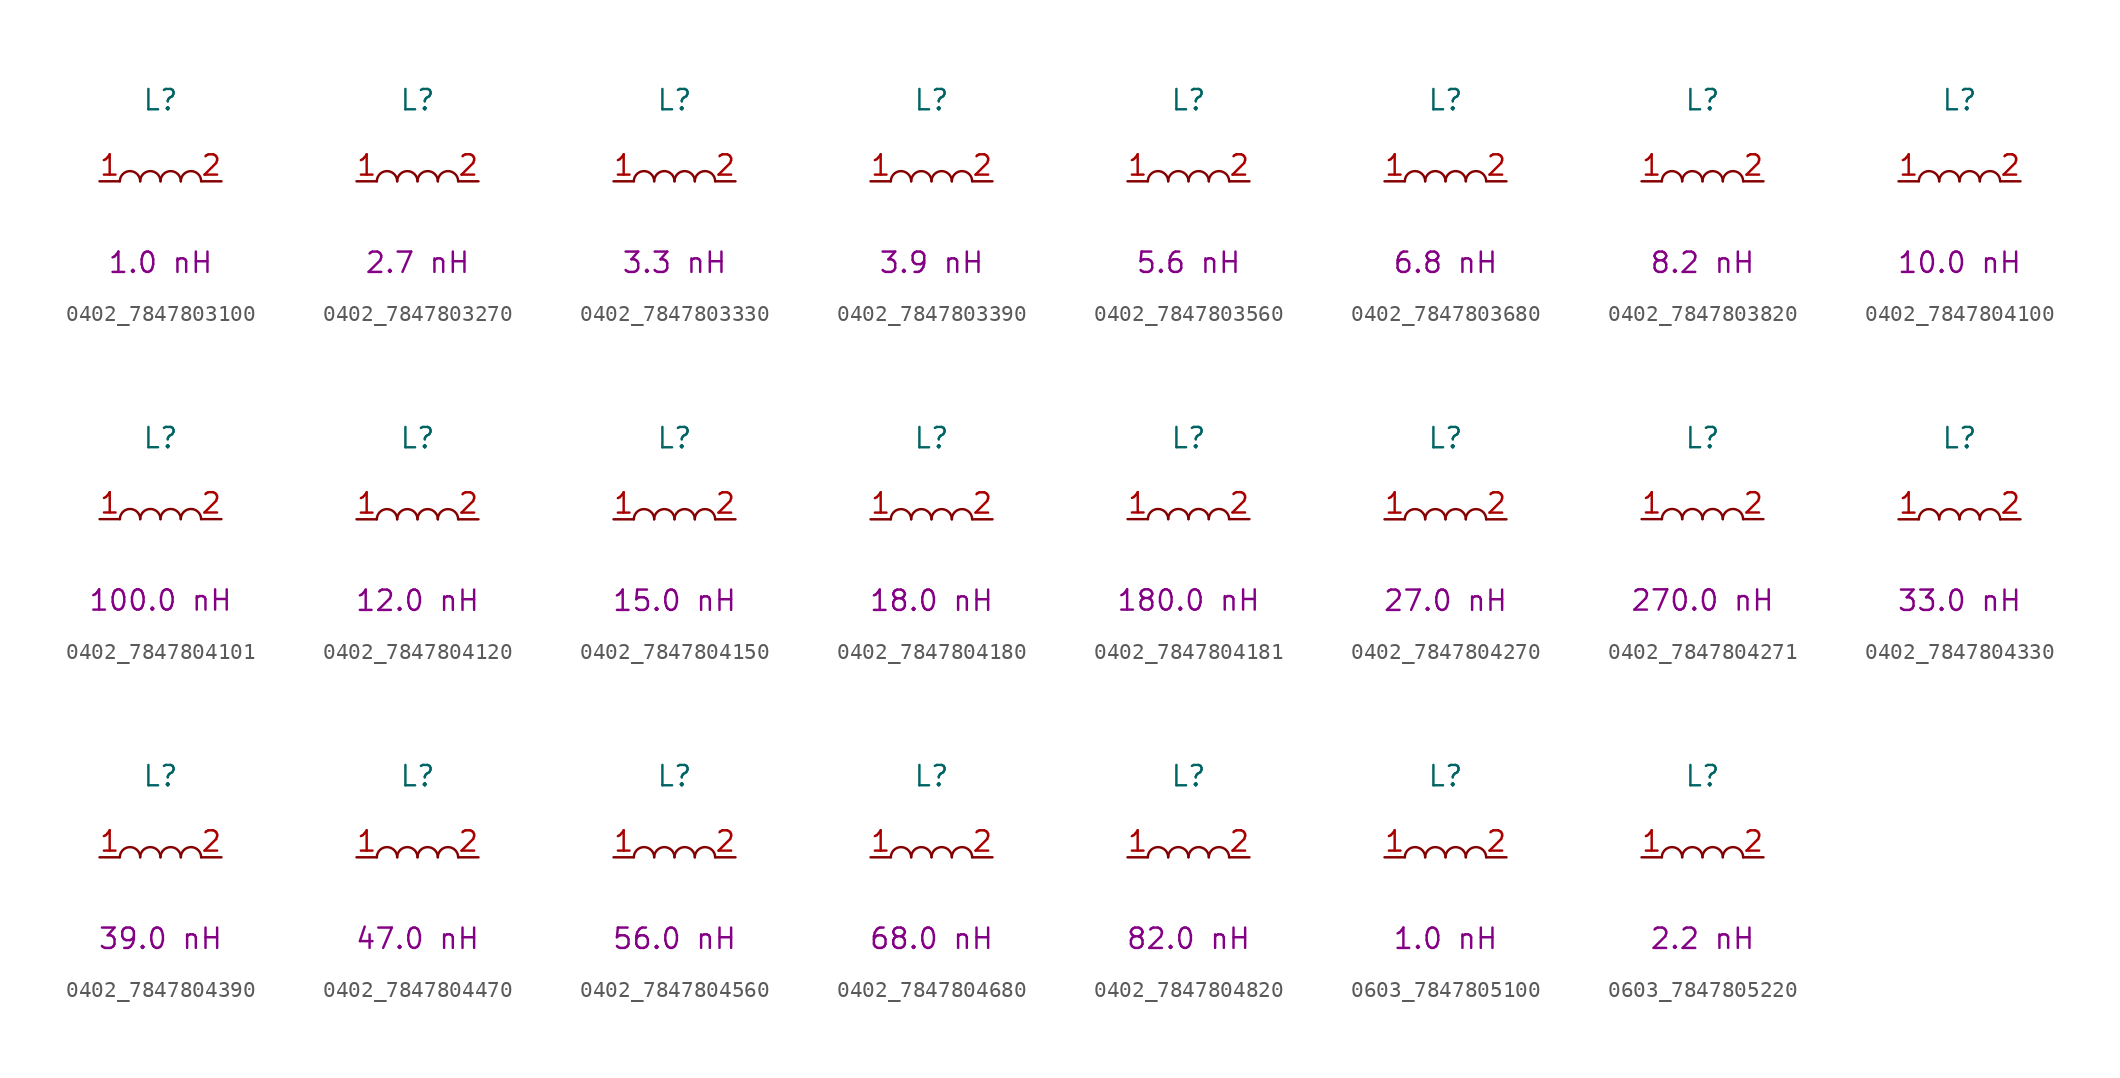
<source format=kicad_sym>
(kicad_symbol_lib
  (version 20220914)
  (generator kicad_symbol_editor)
  (symbol "0402_7847803100"
    (pin_names hide)
    (property "Reference" "L"
      (at 0 5.08 0)
      (effects (font (size 1.27 1.27))))
    (property "Critical Parameter" "1.0 nH"
      (at 0 -5.08 0)
      (effects (font (size 1.27 1.27))))
    (symbol "0402_7847803100_0_1"
      (arc (start -1.27 0) (mid -1.905 0.6323) (end -2.54 0) (stroke (width 0) (type default)) (fill (type none)))
      (arc (start 0 0) (mid -0.635 0.6323) (end -1.27 0) (stroke (width 0) (type default)) (fill (type none)))
      (arc (start 1.27 0) (mid 0.635 0.6323) (end 0 0) (stroke (width 0) (type default)) (fill (type none)))
      (arc (start 2.54 0) (mid 1.905 0.6323) (end 1.27 0) (stroke (width 0) (type default)) (fill (type none))))
    (symbol "0402_7847803100_1_1"
      (pin passive line (at -3.81 0 0) (length 1.27) (name "1" (effects (font (size 1.27 1.27)))) (number "1" (effects (font (size 1.27 1.27)))))
      (pin passive line (at 3.81 0 180) (length 1.27) (name "2" (effects (font (size 1.27 1.27)))) (number "2" (effects (font (size 1.27 1.27)))))))
  (symbol "0402_7847803270"
    (pin_names hide)
    (property "Reference" "L"
      (at 0 5.08 0)
      (effects (font (size 1.27 1.27))))
    (property "Critical Parameter" "2.7 nH"
      (at 0 -5.08 0)
      (effects (font (size 1.27 1.27))))
    (symbol "0402_7847803270_0_1"
      (arc (start -1.27 0) (mid -1.905 0.6323) (end -2.54 0) (stroke (width 0) (type default)) (fill (type none)))
      (arc (start 0 0) (mid -0.635 0.6323) (end -1.27 0) (stroke (width 0) (type default)) (fill (type none)))
      (arc (start 1.27 0) (mid 0.635 0.6323) (end 0 0) (stroke (width 0) (type default)) (fill (type none)))
      (arc (start 2.54 0) (mid 1.905 0.6323) (end 1.27 0) (stroke (width 0) (type default)) (fill (type none))))
    (symbol "0402_7847803270_1_1"
      (pin passive line (at -3.81 0 0) (length 1.27) (name "1" (effects (font (size 1.27 1.27)))) (number "1" (effects (font (size 1.27 1.27)))))
      (pin passive line (at 3.81 0 180) (length 1.27) (name "2" (effects (font (size 1.27 1.27)))) (number "2" (effects (font (size 1.27 1.27)))))))
  (symbol "0402_7847803330"
    (pin_names hide)
    (property "Reference" "L"
      (at 0 5.08 0)
      (effects (font (size 1.27 1.27))))
    (property "Critical Parameter" "3.3 nH"
      (at 0 -5.08 0)
      (effects (font (size 1.27 1.27))))
    (symbol "0402_7847803330_0_1"
      (arc (start -1.27 0) (mid -1.905 0.6323) (end -2.54 0) (stroke (width 0) (type default)) (fill (type none)))
      (arc (start 0 0) (mid -0.635 0.6323) (end -1.27 0) (stroke (width 0) (type default)) (fill (type none)))
      (arc (start 1.27 0) (mid 0.635 0.6323) (end 0 0) (stroke (width 0) (type default)) (fill (type none)))
      (arc (start 2.54 0) (mid 1.905 0.6323) (end 1.27 0) (stroke (width 0) (type default)) (fill (type none))))
    (symbol "0402_7847803330_1_1"
      (pin passive line (at -3.81 0 0) (length 1.27) (name "1" (effects (font (size 1.27 1.27)))) (number "1" (effects (font (size 1.27 1.27)))))
      (pin passive line (at 3.81 0 180) (length 1.27) (name "2" (effects (font (size 1.27 1.27)))) (number "2" (effects (font (size 1.27 1.27)))))))
  (symbol "0402_7847803390"
    (pin_names hide)
    (property "Reference" "L"
      (at 0 5.08 0)
      (effects (font (size 1.27 1.27))))
    (property "Critical Parameter" "3.9 nH"
      (at 0 -5.08 0)
      (effects (font (size 1.27 1.27))))
    (symbol "0402_7847803390_0_1"
      (arc (start -1.27 0) (mid -1.905 0.6323) (end -2.54 0) (stroke (width 0) (type default)) (fill (type none)))
      (arc (start 0 0) (mid -0.635 0.6323) (end -1.27 0) (stroke (width 0) (type default)) (fill (type none)))
      (arc (start 1.27 0) (mid 0.635 0.6323) (end 0 0) (stroke (width 0) (type default)) (fill (type none)))
      (arc (start 2.54 0) (mid 1.905 0.6323) (end 1.27 0) (stroke (width 0) (type default)) (fill (type none))))
    (symbol "0402_7847803390_1_1"
      (pin passive line (at -3.81 0 0) (length 1.27) (name "1" (effects (font (size 1.27 1.27)))) (number "1" (effects (font (size 1.27 1.27)))))
      (pin passive line (at 3.81 0 180) (length 1.27) (name "2" (effects (font (size 1.27 1.27)))) (number "2" (effects (font (size 1.27 1.27)))))))
  (symbol "0402_7847803560"
    (pin_names hide)
    (property "Reference" "L"
      (at 0 5.08 0)
      (effects (font (size 1.27 1.27))))
    (property "Critical Parameter" "5.6 nH"
      (at 0 -5.08 0)
      (effects (font (size 1.27 1.27))))
    (symbol "0402_7847803560_0_1"
      (arc (start -1.27 0) (mid -1.905 0.6323) (end -2.54 0) (stroke (width 0) (type default)) (fill (type none)))
      (arc (start 0 0) (mid -0.635 0.6323) (end -1.27 0) (stroke (width 0) (type default)) (fill (type none)))
      (arc (start 1.27 0) (mid 0.635 0.6323) (end 0 0) (stroke (width 0) (type default)) (fill (type none)))
      (arc (start 2.54 0) (mid 1.905 0.6323) (end 1.27 0) (stroke (width 0) (type default)) (fill (type none))))
    (symbol "0402_7847803560_1_1"
      (pin passive line (at -3.81 0 0) (length 1.27) (name "1" (effects (font (size 1.27 1.27)))) (number "1" (effects (font (size 1.27 1.27)))))
      (pin passive line (at 3.81 0 180) (length 1.27) (name "2" (effects (font (size 1.27 1.27)))) (number "2" (effects (font (size 1.27 1.27)))))))
  (symbol "0402_7847803680"
    (pin_names hide)
    (property "Reference" "L"
      (at 0 5.08 0)
      (effects (font (size 1.27 1.27))))
    (property "Critical Parameter" "6.8 nH"
      (at 0 -5.08 0)
      (effects (font (size 1.27 1.27))))
    (symbol "0402_7847803680_0_1"
      (arc (start -1.27 0) (mid -1.905 0.6323) (end -2.54 0) (stroke (width 0) (type default)) (fill (type none)))
      (arc (start 0 0) (mid -0.635 0.6323) (end -1.27 0) (stroke (width 0) (type default)) (fill (type none)))
      (arc (start 1.27 0) (mid 0.635 0.6323) (end 0 0) (stroke (width 0) (type default)) (fill (type none)))
      (arc (start 2.54 0) (mid 1.905 0.6323) (end 1.27 0) (stroke (width 0) (type default)) (fill (type none))))
    (symbol "0402_7847803680_1_1"
      (pin passive line (at -3.81 0 0) (length 1.27) (name "1" (effects (font (size 1.27 1.27)))) (number "1" (effects (font (size 1.27 1.27)))))
      (pin passive line (at 3.81 0 180) (length 1.27) (name "2" (effects (font (size 1.27 1.27)))) (number "2" (effects (font (size 1.27 1.27)))))))
  (symbol "0402_7847803820"
    (pin_names hide)
    (property "Reference" "L"
      (at 0 5.08 0)
      (effects (font (size 1.27 1.27))))
    (property "Critical Parameter" "8.2 nH"
      (at 0 -5.08 0)
      (effects (font (size 1.27 1.27))))
    (symbol "0402_7847803820_0_1"
      (arc (start -1.27 0) (mid -1.905 0.6323) (end -2.54 0) (stroke (width 0) (type default)) (fill (type none)))
      (arc (start 0 0) (mid -0.635 0.6323) (end -1.27 0) (stroke (width 0) (type default)) (fill (type none)))
      (arc (start 1.27 0) (mid 0.635 0.6323) (end 0 0) (stroke (width 0) (type default)) (fill (type none)))
      (arc (start 2.54 0) (mid 1.905 0.6323) (end 1.27 0) (stroke (width 0) (type default)) (fill (type none))))
    (symbol "0402_7847803820_1_1"
      (pin passive line (at -3.81 0 0) (length 1.27) (name "1" (effects (font (size 1.27 1.27)))) (number "1" (effects (font (size 1.27 1.27)))))
      (pin passive line (at 3.81 0 180) (length 1.27) (name "2" (effects (font (size 1.27 1.27)))) (number "2" (effects (font (size 1.27 1.27)))))))
  (symbol "0402_7847804100"
    (pin_names hide)
    (property "Reference" "L"
      (at 0 5.08 0)
      (effects (font (size 1.27 1.27))))
    (property "Critical Parameter" "10.0 nH"
      (at 0 -5.08 0)
      (effects (font (size 1.27 1.27))))
    (symbol "0402_7847804100_0_1"
      (arc (start -1.27 0) (mid -1.905 0.6323) (end -2.54 0) (stroke (width 0) (type default)) (fill (type none)))
      (arc (start 0 0) (mid -0.635 0.6323) (end -1.27 0) (stroke (width 0) (type default)) (fill (type none)))
      (arc (start 1.27 0) (mid 0.635 0.6323) (end 0 0) (stroke (width 0) (type default)) (fill (type none)))
      (arc (start 2.54 0) (mid 1.905 0.6323) (end 1.27 0) (stroke (width 0) (type default)) (fill (type none))))
    (symbol "0402_7847804100_1_1"
      (pin passive line (at -3.81 0 0) (length 1.27) (name "1" (effects (font (size 1.27 1.27)))) (number "1" (effects (font (size 1.27 1.27)))))
      (pin passive line (at 3.81 0 180) (length 1.27) (name "2" (effects (font (size 1.27 1.27)))) (number "2" (effects (font (size 1.27 1.27)))))))
  (symbol "0402_7847804101"
    (pin_names hide)
    (property "Reference" "L"
      (at 0 5.08 0)
      (effects (font (size 1.27 1.27))))
    (property "Critical Parameter" "100.0 nH"
      (at 0 -5.08 0)
      (effects (font (size 1.27 1.27))))
    (symbol "0402_7847804101_0_1"
      (arc (start -1.27 0) (mid -1.905 0.6323) (end -2.54 0) (stroke (width 0) (type default)) (fill (type none)))
      (arc (start 0 0) (mid -0.635 0.6323) (end -1.27 0) (stroke (width 0) (type default)) (fill (type none)))
      (arc (start 1.27 0) (mid 0.635 0.6323) (end 0 0) (stroke (width 0) (type default)) (fill (type none)))
      (arc (start 2.54 0) (mid 1.905 0.6323) (end 1.27 0) (stroke (width 0) (type default)) (fill (type none))))
    (symbol "0402_7847804101_1_1"
      (pin passive line (at -3.81 0 0) (length 1.27) (name "1" (effects (font (size 1.27 1.27)))) (number "1" (effects (font (size 1.27 1.27)))))
      (pin passive line (at 3.81 0 180) (length 1.27) (name "2" (effects (font (size 1.27 1.27)))) (number "2" (effects (font (size 1.27 1.27)))))))
  (symbol "0402_7847804120"
    (pin_names hide)
    (property "Reference" "L"
      (at 0 5.08 0)
      (effects (font (size 1.27 1.27))))
    (property "Critical Parameter" "12.0 nH"
      (at 0 -5.08 0)
      (effects (font (size 1.27 1.27))))
    (symbol "0402_7847804120_0_1"
      (arc (start -1.27 0) (mid -1.905 0.6323) (end -2.54 0) (stroke (width 0) (type default)) (fill (type none)))
      (arc (start 0 0) (mid -0.635 0.6323) (end -1.27 0) (stroke (width 0) (type default)) (fill (type none)))
      (arc (start 1.27 0) (mid 0.635 0.6323) (end 0 0) (stroke (width 0) (type default)) (fill (type none)))
      (arc (start 2.54 0) (mid 1.905 0.6323) (end 1.27 0) (stroke (width 0) (type default)) (fill (type none))))
    (symbol "0402_7847804120_1_1"
      (pin passive line (at -3.81 0 0) (length 1.27) (name "1" (effects (font (size 1.27 1.27)))) (number "1" (effects (font (size 1.27 1.27)))))
      (pin passive line (at 3.81 0 180) (length 1.27) (name "2" (effects (font (size 1.27 1.27)))) (number "2" (effects (font (size 1.27 1.27)))))))
  (symbol "0402_7847804150"
    (pin_names hide)
    (property "Reference" "L"
      (at 0 5.08 0)
      (effects (font (size 1.27 1.27))))
    (property "Critical Parameter" "15.0 nH"
      (at 0 -5.08 0)
      (effects (font (size 1.27 1.27))))
    (symbol "0402_7847804150_0_1"
      (arc (start -1.27 0) (mid -1.905 0.6323) (end -2.54 0) (stroke (width 0) (type default)) (fill (type none)))
      (arc (start 0 0) (mid -0.635 0.6323) (end -1.27 0) (stroke (width 0) (type default)) (fill (type none)))
      (arc (start 1.27 0) (mid 0.635 0.6323) (end 0 0) (stroke (width 0) (type default)) (fill (type none)))
      (arc (start 2.54 0) (mid 1.905 0.6323) (end 1.27 0) (stroke (width 0) (type default)) (fill (type none))))
    (symbol "0402_7847804150_1_1"
      (pin passive line (at -3.81 0 0) (length 1.27) (name "1" (effects (font (size 1.27 1.27)))) (number "1" (effects (font (size 1.27 1.27)))))
      (pin passive line (at 3.81 0 180) (length 1.27) (name "2" (effects (font (size 1.27 1.27)))) (number "2" (effects (font (size 1.27 1.27)))))))
  (symbol "0402_7847804180"
    (pin_names hide)
    (property "Reference" "L"
      (at 0 5.08 0)
      (effects (font (size 1.27 1.27))))
    (property "Critical Parameter" "18.0 nH"
      (at 0 -5.08 0)
      (effects (font (size 1.27 1.27))))
    (symbol "0402_7847804180_0_1"
      (arc (start -1.27 0) (mid -1.905 0.6323) (end -2.54 0) (stroke (width 0) (type default)) (fill (type none)))
      (arc (start 0 0) (mid -0.635 0.6323) (end -1.27 0) (stroke (width 0) (type default)) (fill (type none)))
      (arc (start 1.27 0) (mid 0.635 0.6323) (end 0 0) (stroke (width 0) (type default)) (fill (type none)))
      (arc (start 2.54 0) (mid 1.905 0.6323) (end 1.27 0) (stroke (width 0) (type default)) (fill (type none))))
    (symbol "0402_7847804180_1_1"
      (pin passive line (at -3.81 0 0) (length 1.27) (name "1" (effects (font (size 1.27 1.27)))) (number "1" (effects (font (size 1.27 1.27)))))
      (pin passive line (at 3.81 0 180) (length 1.27) (name "2" (effects (font (size 1.27 1.27)))) (number "2" (effects (font (size 1.27 1.27)))))))
  (symbol "0402_7847804181"
    (pin_names hide)
    (property "Reference" "L"
      (at 0 5.08 0)
      (effects (font (size 1.27 1.27))))
    (property "Critical Parameter" "180.0 nH"
      (at 0 -5.08 0)
      (effects (font (size 1.27 1.27))))
    (symbol "0402_7847804181_0_1"
      (arc (start -1.27 0) (mid -1.905 0.6323) (end -2.54 0) (stroke (width 0) (type default)) (fill (type none)))
      (arc (start 0 0) (mid -0.635 0.6323) (end -1.27 0) (stroke (width 0) (type default)) (fill (type none)))
      (arc (start 1.27 0) (mid 0.635 0.6323) (end 0 0) (stroke (width 0) (type default)) (fill (type none)))
      (arc (start 2.54 0) (mid 1.905 0.6323) (end 1.27 0) (stroke (width 0) (type default)) (fill (type none))))
    (symbol "0402_7847804181_1_1"
      (pin passive line (at -3.81 0 0) (length 1.27) (name "1" (effects (font (size 1.27 1.27)))) (number "1" (effects (font (size 1.27 1.27)))))
      (pin passive line (at 3.81 0 180) (length 1.27) (name "2" (effects (font (size 1.27 1.27)))) (number "2" (effects (font (size 1.27 1.27)))))))
  (symbol "0402_7847804270"
    (pin_names hide)
    (property "Reference" "L"
      (at 0 5.08 0)
      (effects (font (size 1.27 1.27))))
    (property "Critical Parameter" "27.0 nH"
      (at 0 -5.08 0)
      (effects (font (size 1.27 1.27))))
    (symbol "0402_7847804270_0_1"
      (arc (start -1.27 0) (mid -1.905 0.6323) (end -2.54 0) (stroke (width 0) (type default)) (fill (type none)))
      (arc (start 0 0) (mid -0.635 0.6323) (end -1.27 0) (stroke (width 0) (type default)) (fill (type none)))
      (arc (start 1.27 0) (mid 0.635 0.6323) (end 0 0) (stroke (width 0) (type default)) (fill (type none)))
      (arc (start 2.54 0) (mid 1.905 0.6323) (end 1.27 0) (stroke (width 0) (type default)) (fill (type none))))
    (symbol "0402_7847804270_1_1"
      (pin passive line (at -3.81 0 0) (length 1.27) (name "1" (effects (font (size 1.27 1.27)))) (number "1" (effects (font (size 1.27 1.27)))))
      (pin passive line (at 3.81 0 180) (length 1.27) (name "2" (effects (font (size 1.27 1.27)))) (number "2" (effects (font (size 1.27 1.27)))))))
  (symbol "0402_7847804271"
    (pin_names hide)
    (property "Reference" "L"
      (at 0 5.08 0)
      (effects (font (size 1.27 1.27))))
    (property "Critical Parameter" "270.0 nH"
      (at 0 -5.08 0)
      (effects (font (size 1.27 1.27))))
    (symbol "0402_7847804271_0_1"
      (arc (start -1.27 0) (mid -1.905 0.6323) (end -2.54 0) (stroke (width 0) (type default)) (fill (type none)))
      (arc (start 0 0) (mid -0.635 0.6323) (end -1.27 0) (stroke (width 0) (type default)) (fill (type none)))
      (arc (start 1.27 0) (mid 0.635 0.6323) (end 0 0) (stroke (width 0) (type default)) (fill (type none)))
      (arc (start 2.54 0) (mid 1.905 0.6323) (end 1.27 0) (stroke (width 0) (type default)) (fill (type none))))
    (symbol "0402_7847804271_1_1"
      (pin passive line (at -3.81 0 0) (length 1.27) (name "1" (effects (font (size 1.27 1.27)))) (number "1" (effects (font (size 1.27 1.27)))))
      (pin passive line (at 3.81 0 180) (length 1.27) (name "2" (effects (font (size 1.27 1.27)))) (number "2" (effects (font (size 1.27 1.27)))))))
  (symbol "0402_7847804330"
    (pin_names hide)
    (property "Reference" "L"
      (at 0 5.08 0)
      (effects (font (size 1.27 1.27))))
    (property "Critical Parameter" "33.0 nH"
      (at 0 -5.08 0)
      (effects (font (size 1.27 1.27))))
    (symbol "0402_7847804330_0_1"
      (arc (start -1.27 0) (mid -1.905 0.6323) (end -2.54 0) (stroke (width 0) (type default)) (fill (type none)))
      (arc (start 0 0) (mid -0.635 0.6323) (end -1.27 0) (stroke (width 0) (type default)) (fill (type none)))
      (arc (start 1.27 0) (mid 0.635 0.6323) (end 0 0) (stroke (width 0) (type default)) (fill (type none)))
      (arc (start 2.54 0) (mid 1.905 0.6323) (end 1.27 0) (stroke (width 0) (type default)) (fill (type none))))
    (symbol "0402_7847804330_1_1"
      (pin passive line (at -3.81 0 0) (length 1.27) (name "1" (effects (font (size 1.27 1.27)))) (number "1" (effects (font (size 1.27 1.27)))))
      (pin passive line (at 3.81 0 180) (length 1.27) (name "2" (effects (font (size 1.27 1.27)))) (number "2" (effects (font (size 1.27 1.27)))))))
  (symbol "0402_7847804390"
    (pin_names hide)
    (property "Reference" "L"
      (at 0 5.08 0)
      (effects (font (size 1.27 1.27))))
    (property "Critical Parameter" "39.0 nH"
      (at 0 -5.08 0)
      (effects (font (size 1.27 1.27))))
    (symbol "0402_7847804390_0_1"
      (arc (start -1.27 0) (mid -1.905 0.6323) (end -2.54 0) (stroke (width 0) (type default)) (fill (type none)))
      (arc (start 0 0) (mid -0.635 0.6323) (end -1.27 0) (stroke (width 0) (type default)) (fill (type none)))
      (arc (start 1.27 0) (mid 0.635 0.6323) (end 0 0) (stroke (width 0) (type default)) (fill (type none)))
      (arc (start 2.54 0) (mid 1.905 0.6323) (end 1.27 0) (stroke (width 0) (type default)) (fill (type none))))
    (symbol "0402_7847804390_1_1"
      (pin passive line (at -3.81 0 0) (length 1.27) (name "1" (effects (font (size 1.27 1.27)))) (number "1" (effects (font (size 1.27 1.27)))))
      (pin passive line (at 3.81 0 180) (length 1.27) (name "2" (effects (font (size 1.27 1.27)))) (number "2" (effects (font (size 1.27 1.27)))))))
  (symbol "0402_7847804470"
    (pin_names hide)
    (property "Reference" "L"
      (at 0 5.08 0)
      (effects (font (size 1.27 1.27))))
    (property "Critical Parameter" "47.0 nH"
      (at 0 -5.08 0)
      (effects (font (size 1.27 1.27))))
    (symbol "0402_7847804470_0_1"
      (arc (start -1.27 0) (mid -1.905 0.6323) (end -2.54 0) (stroke (width 0) (type default)) (fill (type none)))
      (arc (start 0 0) (mid -0.635 0.6323) (end -1.27 0) (stroke (width 0) (type default)) (fill (type none)))
      (arc (start 1.27 0) (mid 0.635 0.6323) (end 0 0) (stroke (width 0) (type default)) (fill (type none)))
      (arc (start 2.54 0) (mid 1.905 0.6323) (end 1.27 0) (stroke (width 0) (type default)) (fill (type none))))
    (symbol "0402_7847804470_1_1"
      (pin passive line (at -3.81 0 0) (length 1.27) (name "1" (effects (font (size 1.27 1.27)))) (number "1" (effects (font (size 1.27 1.27)))))
      (pin passive line (at 3.81 0 180) (length 1.27) (name "2" (effects (font (size 1.27 1.27)))) (number "2" (effects (font (size 1.27 1.27)))))))
  (symbol "0402_7847804560"
    (pin_names hide)
    (property "Reference" "L"
      (at 0 5.08 0)
      (effects (font (size 1.27 1.27))))
    (property "Critical Parameter" "56.0 nH"
      (at 0 -5.08 0)
      (effects (font (size 1.27 1.27))))
    (symbol "0402_7847804560_0_1"
      (arc (start -1.27 0) (mid -1.905 0.6323) (end -2.54 0) (stroke (width 0) (type default)) (fill (type none)))
      (arc (start 0 0) (mid -0.635 0.6323) (end -1.27 0) (stroke (width 0) (type default)) (fill (type none)))
      (arc (start 1.27 0) (mid 0.635 0.6323) (end 0 0) (stroke (width 0) (type default)) (fill (type none)))
      (arc (start 2.54 0) (mid 1.905 0.6323) (end 1.27 0) (stroke (width 0) (type default)) (fill (type none))))
    (symbol "0402_7847804560_1_1"
      (pin passive line (at -3.81 0 0) (length 1.27) (name "1" (effects (font (size 1.27 1.27)))) (number "1" (effects (font (size 1.27 1.27)))))
      (pin passive line (at 3.81 0 180) (length 1.27) (name "2" (effects (font (size 1.27 1.27)))) (number "2" (effects (font (size 1.27 1.27)))))))
  (symbol "0402_7847804680"
    (pin_names hide)
    (property "Reference" "L"
      (at 0 5.08 0)
      (effects (font (size 1.27 1.27))))
    (property "Critical Parameter" "68.0 nH"
      (at 0 -5.08 0)
      (effects (font (size 1.27 1.27))))
    (symbol "0402_7847804680_0_1"
      (arc (start -1.27 0) (mid -1.905 0.6323) (end -2.54 0) (stroke (width 0) (type default)) (fill (type none)))
      (arc (start 0 0) (mid -0.635 0.6323) (end -1.27 0) (stroke (width 0) (type default)) (fill (type none)))
      (arc (start 1.27 0) (mid 0.635 0.6323) (end 0 0) (stroke (width 0) (type default)) (fill (type none)))
      (arc (start 2.54 0) (mid 1.905 0.6323) (end 1.27 0) (stroke (width 0) (type default)) (fill (type none))))
    (symbol "0402_7847804680_1_1"
      (pin passive line (at -3.81 0 0) (length 1.27) (name "1" (effects (font (size 1.27 1.27)))) (number "1" (effects (font (size 1.27 1.27)))))
      (pin passive line (at 3.81 0 180) (length 1.27) (name "2" (effects (font (size 1.27 1.27)))) (number "2" (effects (font (size 1.27 1.27)))))))
  (symbol "0402_7847804820"
    (pin_names hide)
    (property "Reference" "L"
      (at 0 5.08 0)
      (effects (font (size 1.27 1.27))))
    (property "Critical Parameter" "82.0 nH"
      (at 0 -5.08 0)
      (effects (font (size 1.27 1.27))))
    (symbol "0402_7847804820_0_1"
      (arc (start -1.27 0) (mid -1.905 0.6323) (end -2.54 0) (stroke (width 0) (type default)) (fill (type none)))
      (arc (start 0 0) (mid -0.635 0.6323) (end -1.27 0) (stroke (width 0) (type default)) (fill (type none)))
      (arc (start 1.27 0) (mid 0.635 0.6323) (end 0 0) (stroke (width 0) (type default)) (fill (type none)))
      (arc (start 2.54 0) (mid 1.905 0.6323) (end 1.27 0) (stroke (width 0) (type default)) (fill (type none))))
    (symbol "0402_7847804820_1_1"
      (pin passive line (at -3.81 0 0) (length 1.27) (name "1" (effects (font (size 1.27 1.27)))) (number "1" (effects (font (size 1.27 1.27)))))
      (pin passive line (at 3.81 0 180) (length 1.27) (name "2" (effects (font (size 1.27 1.27)))) (number "2" (effects (font (size 1.27 1.27)))))))
  (symbol "0603_7847805100"
    (pin_names hide)
    (property "Reference" "L"
      (at 0 5.08 0)
      (effects (font (size 1.27 1.27))))
    (property "Critical Parameter" "1.0 nH"
      (at 0 -5.08 0)
      (effects (font (size 1.27 1.27))))
    (symbol "0603_7847805100_0_1"
      (arc (start -1.27 0) (mid -1.905 0.6323) (end -2.54 0) (stroke (width 0) (type default)) (fill (type none)))
      (arc (start 0 0) (mid -0.635 0.6323) (end -1.27 0) (stroke (width 0) (type default)) (fill (type none)))
      (arc (start 1.27 0) (mid 0.635 0.6323) (end 0 0) (stroke (width 0) (type default)) (fill (type none)))
      (arc (start 2.54 0) (mid 1.905 0.6323) (end 1.27 0) (stroke (width 0) (type default)) (fill (type none))))
    (symbol "0603_7847805100_1_1"
      (pin passive line (at -3.81 0 0) (length 1.27) (name "1" (effects (font (size 1.27 1.27)))) (number "1" (effects (font (size 1.27 1.27)))))
      (pin passive line (at 3.81 0 180) (length 1.27) (name "2" (effects (font (size 1.27 1.27)))) (number "2" (effects (font (size 1.27 1.27)))))))
  (symbol "0603_7847805220"
    (pin_names hide)
    (property "Reference" "L"
      (at 0 5.08 0)
      (effects (font (size 1.27 1.27))))
    (property "Critical Parameter" "2.2 nH"
      (at 0 -5.08 0)
      (effects (font (size 1.27 1.27))))
    (symbol "0603_7847805220_0_1"
      (arc (start -1.27 0) (mid -1.905 0.6323) (end -2.54 0) (stroke (width 0) (type default)) (fill (type none)))
      (arc (start 0 0) (mid -0.635 0.6323) (end -1.27 0) (stroke (width 0) (type default)) (fill (type none)))
      (arc (start 1.27 0) (mid 0.635 0.6323) (end 0 0) (stroke (width 0) (type default)) (fill (type none)))
      (arc (start 2.54 0) (mid 1.905 0.6323) (end 1.27 0) (stroke (width 0) (type default)) (fill (type none))))
    (symbol "0603_7847805220_1_1"
      (pin passive line (at -3.81 0 0) (length 1.27) (name "1" (effects (font (size 1.27 1.27)))) (number "1" (effects (font (size 1.27 1.27)))))
      (pin passive line (at 3.81 0 180) (length 1.27) (name "2" (effects (font (size 1.27 1.27)))) (number "2" (effects (font (size 1.27 1.27))))))))
</source>
